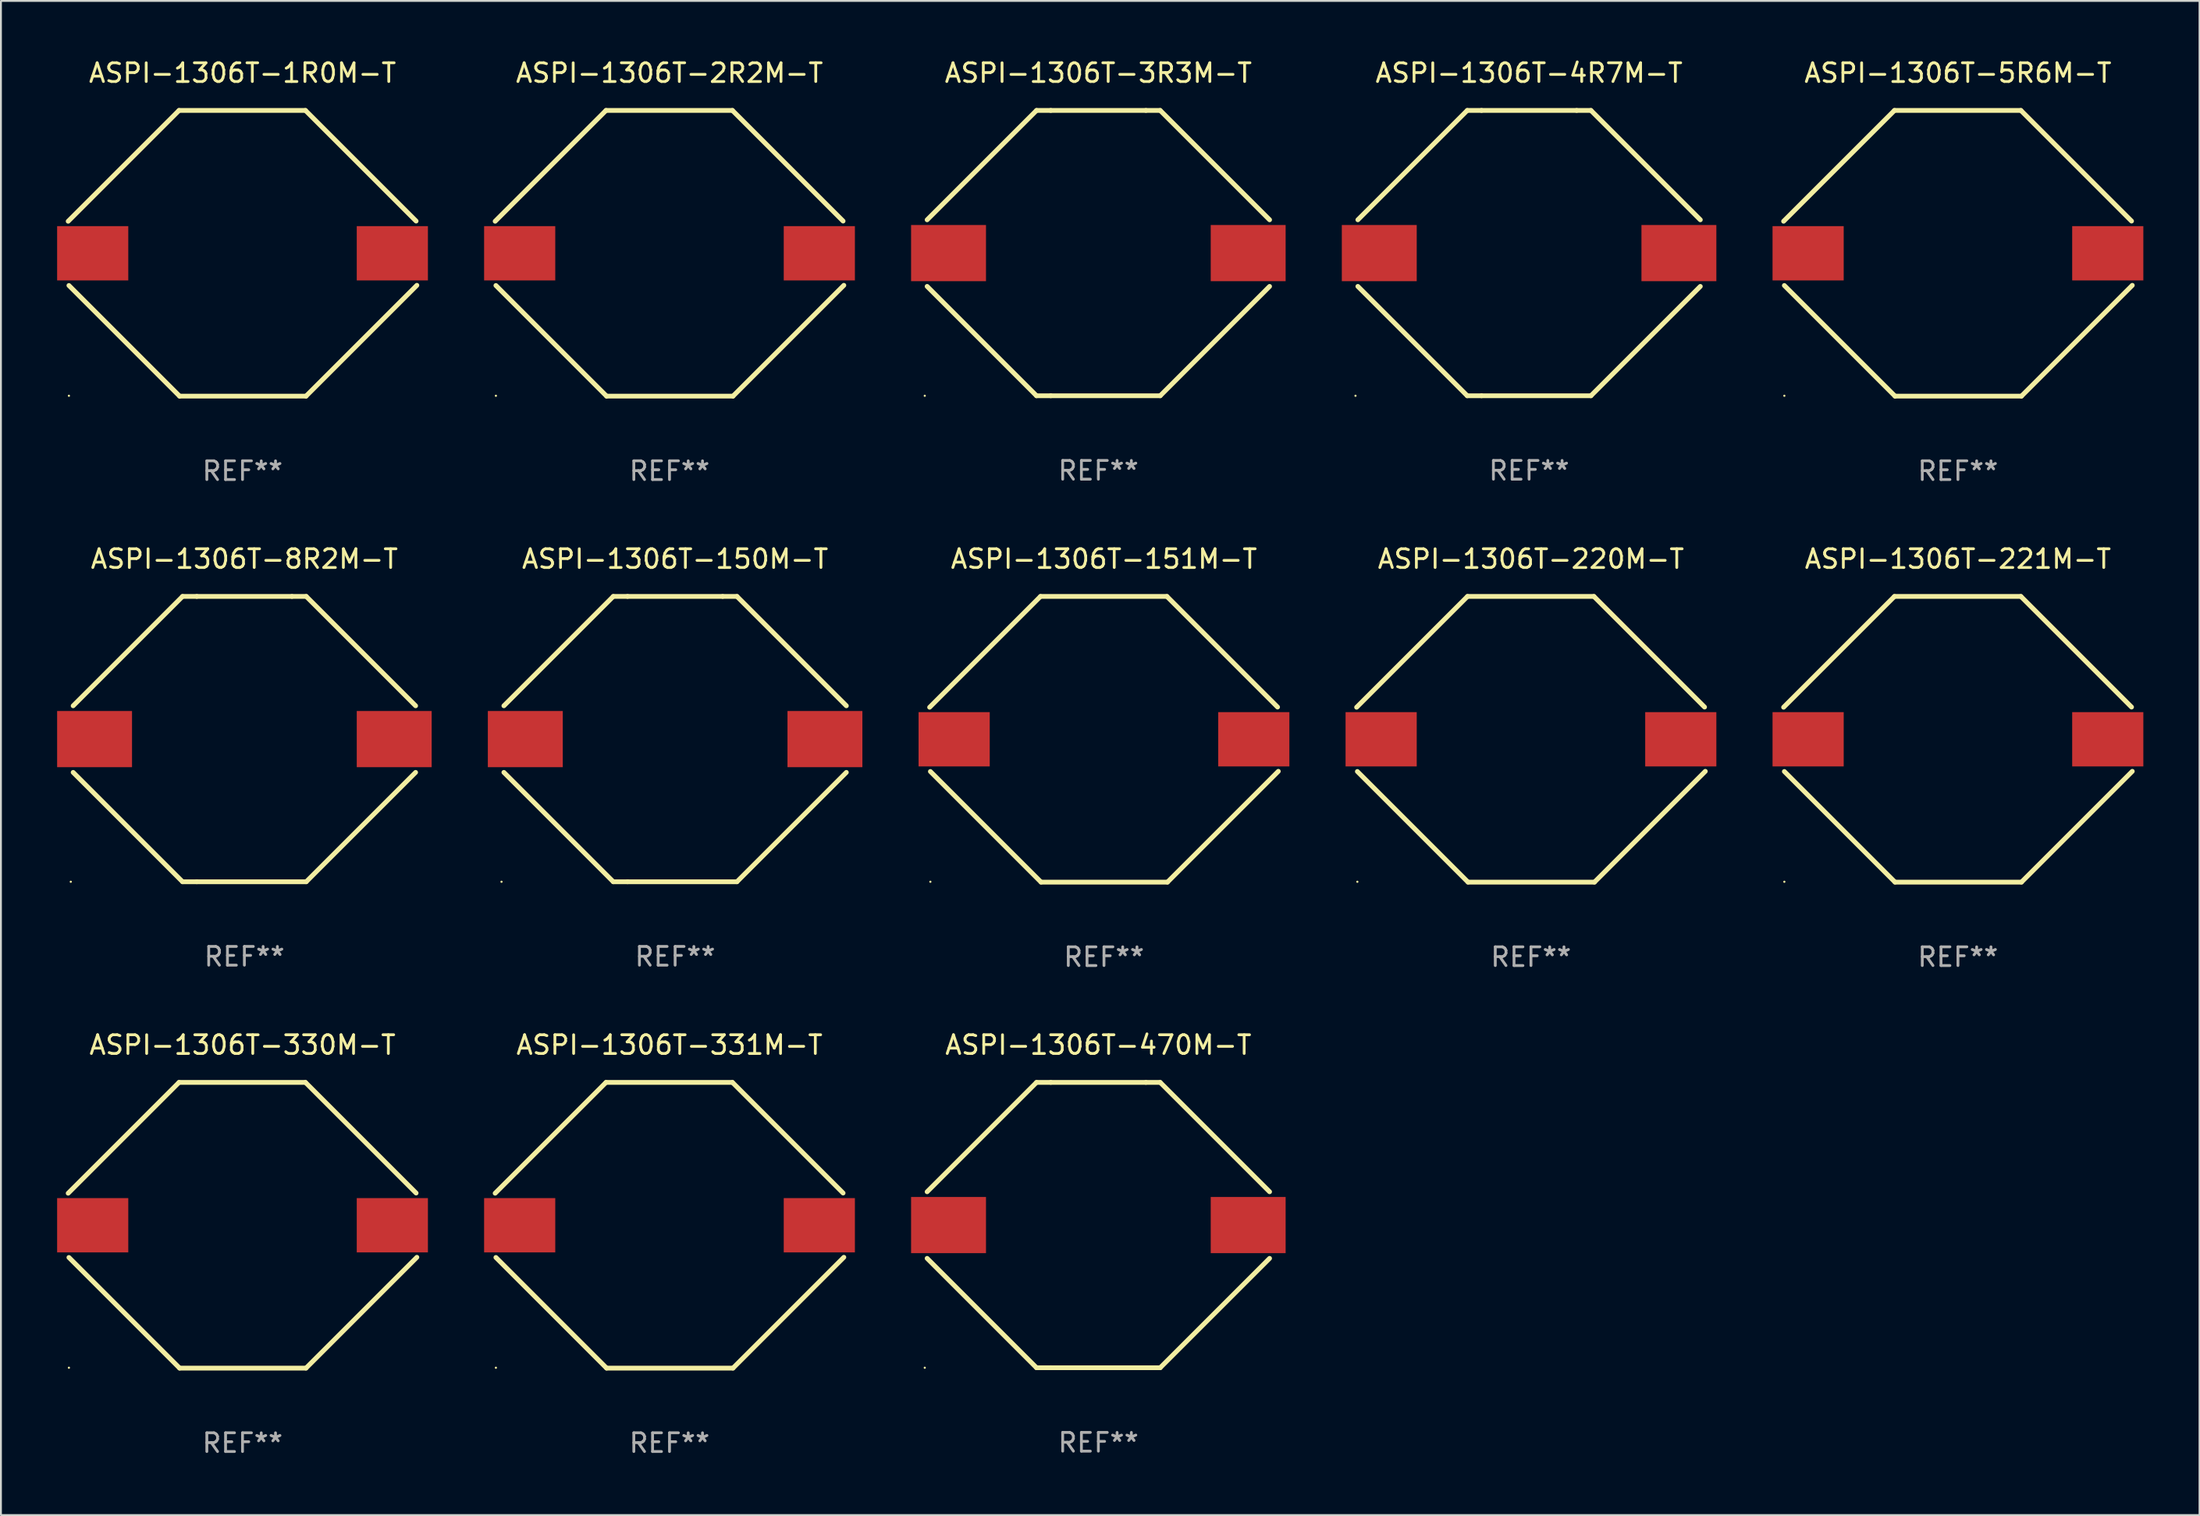
<source format=kicad_pcb>
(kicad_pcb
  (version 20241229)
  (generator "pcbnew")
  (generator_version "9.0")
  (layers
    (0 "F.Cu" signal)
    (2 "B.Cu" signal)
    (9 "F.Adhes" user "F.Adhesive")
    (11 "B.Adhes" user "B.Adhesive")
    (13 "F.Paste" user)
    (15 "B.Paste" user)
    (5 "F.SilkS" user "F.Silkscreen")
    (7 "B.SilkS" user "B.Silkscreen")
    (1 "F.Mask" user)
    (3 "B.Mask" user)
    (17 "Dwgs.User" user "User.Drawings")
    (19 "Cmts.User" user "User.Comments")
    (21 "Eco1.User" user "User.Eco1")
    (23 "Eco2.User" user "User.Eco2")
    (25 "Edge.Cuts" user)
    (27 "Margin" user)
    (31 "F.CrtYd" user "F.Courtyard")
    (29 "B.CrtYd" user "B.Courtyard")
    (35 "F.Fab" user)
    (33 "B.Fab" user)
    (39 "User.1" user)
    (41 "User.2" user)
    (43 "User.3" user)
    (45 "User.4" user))
  (footprint "ASPI-1306T-1R0M-T"
    (layer "F.Cu")
    (at 9.9 10.478)
    (property "Reference" "ASPI-1306T-1R0M-T" (at 0 -9.63 0) (layer "F.SilkS") (effects (font (size 1 1) (thickness 0.15))))
    (attr through_hole)
    (fp_line (start -9.27 1.72) (end -3.36 7.63) (stroke (width 0.254) (type solid)) (layer "F.SilkS"))
    (fp_line (start -3.39 -7.63) (end -9.31 -1.71) (stroke (width 0.254) (type solid)) (layer "F.SilkS"))
    (fp_line (start -3.36 7.63) (end 3.39 7.63) (stroke (width 0.254) (type solid)) (layer "F.SilkS"))
    (fp_line (start 3.36 -7.63) (end -3.39 -7.63) (stroke (width 0.254) (type solid)) (layer "F.SilkS"))
    (fp_line (start 3.39 7.63) (end 9.31 1.71) (stroke (width 0.254) (type solid)) (layer "F.SilkS"))
    (fp_line (start 9.27 -1.72) (end 3.36 -7.63) (stroke (width 0.254) (type solid)) (layer "F.SilkS"))
    (fp_circle (center -9.27 7.61) (end -9.24 7.61) (stroke (width 0.06) (type solid)) (fill no) (layer "F.SilkS"))
    (fp_text user "REF**" (at 0 11.63 0) (layer "F.Fab") (effects (font (size 1 1) (thickness 0.15))))
    (pad "1" smd rect (at -8 0.000025 180) (size 3.8 2.9) (layers "F.Cu" "F.Mask" "F.Paste"))
    (pad "2" smd rect (at 8 0.000025 180) (size 3.8 2.9) (layers "F.Cu" "F.Mask" "F.Paste")))
  (footprint "ASPI-1306T-2R2M-T"
    (layer "F.Cu")
    (at 32.7 10.478)
    (property "Reference" "ASPI-1306T-2R2M-T" (at 0 -9.63 0) (layer "F.SilkS") (effects (font (size 1 1) (thickness 0.15))))
    (attr through_hole)
    (fp_line (start -9.27 1.72) (end -3.36 7.63) (stroke (width 0.254) (type solid)) (layer "F.SilkS"))
    (fp_line (start -3.39 -7.63) (end -9.31 -1.71) (stroke (width 0.254) (type solid)) (layer "F.SilkS"))
    (fp_line (start -3.36 7.63) (end 3.39 7.63) (stroke (width 0.254) (type solid)) (layer "F.SilkS"))
    (fp_line (start 3.36 -7.63) (end -3.39 -7.63) (stroke (width 0.254) (type solid)) (layer "F.SilkS"))
    (fp_line (start 3.39 7.63) (end 9.31 1.71) (stroke (width 0.254) (type solid)) (layer "F.SilkS"))
    (fp_line (start 9.27 -1.72) (end 3.36 -7.63) (stroke (width 0.254) (type solid)) (layer "F.SilkS"))
    (fp_circle (center -9.27 7.61) (end -9.24 7.61) (stroke (width 0.06) (type solid)) (fill no) (layer "F.SilkS"))
    (fp_text user "REF**" (at 0 11.63 0) (layer "F.Fab") (effects (font (size 1 1) (thickness 0.15))))
    (pad "1" smd rect (at -8 0.000025 180) (size 3.8 2.9) (layers "F.Cu" "F.Mask" "F.Paste"))
    (pad "2" smd rect (at 8 0.000025 180) (size 3.8 2.9) (layers "F.Cu" "F.Mask" "F.Paste")))
  (footprint "ASPI-1306T-221M-T"
    (layer "F.Cu")
    (at 101.5 36.435)
    (property "Reference" "ASPI-1306T-221M-T" (at 0 -9.63 0) (layer "F.SilkS") (effects (font (size 1 1) (thickness 0.15))))
    (attr through_hole)
    (fp_line (start -9.27 1.72) (end -3.36 7.63) (stroke (width 0.254) (type solid)) (layer "F.SilkS"))
    (fp_line (start -3.39 -7.63) (end -9.31 -1.71) (stroke (width 0.254) (type solid)) (layer "F.SilkS"))
    (fp_line (start -3.36 7.63) (end 3.39 7.63) (stroke (width 0.254) (type solid)) (layer "F.SilkS"))
    (fp_line (start 3.36 -7.63) (end -3.39 -7.63) (stroke (width 0.254) (type solid)) (layer "F.SilkS"))
    (fp_line (start 3.39 7.63) (end 9.31 1.71) (stroke (width 0.254) (type solid)) (layer "F.SilkS"))
    (fp_line (start 9.27 -1.72) (end 3.36 -7.63) (stroke (width 0.254) (type solid)) (layer "F.SilkS"))
    (fp_circle (center -9.27 7.61) (end -9.24 7.61) (stroke (width 0.06) (type solid)) (fill no) (layer "F.SilkS"))
    (fp_text user "REF**" (at 0 11.63 0) (layer "F.Fab") (effects (font (size 1 1) (thickness 0.15))))
    (pad "1" smd rect (at -8 0.000025 180) (size 3.8 2.9) (layers "F.Cu" "F.Mask" "F.Paste"))
    (pad "2" smd rect (at 8 0.000025 180) (size 3.8 2.9) (layers "F.Cu" "F.Mask" "F.Paste")))
  (footprint "ASPI-1306T-331M-T"
    (layer "F.Cu")
    (at 32.7 62.391)
    (property "Reference" "ASPI-1306T-331M-T" (at 0 -9.63 0) (layer "F.SilkS") (effects (font (size 1 1) (thickness 0.15))))
    (attr through_hole)
    (fp_line (start -9.27 1.72) (end -3.36 7.63) (stroke (width 0.254) (type solid)) (layer "F.SilkS"))
    (fp_line (start -3.39 -7.63) (end -9.31 -1.71) (stroke (width 0.254) (type solid)) (layer "F.SilkS"))
    (fp_line (start -3.36 7.63) (end 3.39 7.63) (stroke (width 0.254) (type solid)) (layer "F.SilkS"))
    (fp_line (start 3.36 -7.63) (end -3.39 -7.63) (stroke (width 0.254) (type solid)) (layer "F.SilkS"))
    (fp_line (start 3.39 7.63) (end 9.31 1.71) (stroke (width 0.254) (type solid)) (layer "F.SilkS"))
    (fp_line (start 9.27 -1.72) (end 3.36 -7.63) (stroke (width 0.254) (type solid)) (layer "F.SilkS"))
    (fp_circle (center -9.27 7.61) (end -9.24 7.61) (stroke (width 0.06) (type solid)) (fill no) (layer "F.SilkS"))
    (fp_text user "REF**" (at 0 11.63 0) (layer "F.Fab") (effects (font (size 1 1) (thickness 0.15))))
    (pad "1" smd rect (at -8 0.000025 180) (size 3.8 2.9) (layers "F.Cu" "F.Mask" "F.Paste"))
    (pad "2" smd rect (at 8 0.000025 180) (size 3.8 2.9) (layers "F.Cu" "F.Mask" "F.Paste")))
  (footprint "ASPI-1306T-151M-T"
    (layer "F.Cu")
    (at 55.9 36.435)
    (property "Reference" "ASPI-1306T-151M-T" (at 0 -9.63 0) (layer "F.SilkS") (effects (font (size 1 1) (thickness 0.15))))
    (attr through_hole)
    (fp_line (start -9.27 1.72) (end -3.36 7.63) (stroke (width 0.254) (type solid)) (layer "F.SilkS"))
    (fp_line (start -3.39 -7.63) (end -9.31 -1.71) (stroke (width 0.254) (type solid)) (layer "F.SilkS"))
    (fp_line (start -3.36 7.63) (end 3.39 7.63) (stroke (width 0.254) (type solid)) (layer "F.SilkS"))
    (fp_line (start 3.36 -7.63) (end -3.39 -7.63) (stroke (width 0.254) (type solid)) (layer "F.SilkS"))
    (fp_line (start 3.39 7.63) (end 9.31 1.71) (stroke (width 0.254) (type solid)) (layer "F.SilkS"))
    (fp_line (start 9.27 -1.72) (end 3.36 -7.63) (stroke (width 0.254) (type solid)) (layer "F.SilkS"))
    (fp_circle (center -9.27 7.61) (end -9.24 7.61) (stroke (width 0.06) (type solid)) (fill no) (layer "F.SilkS"))
    (fp_text user "REF**" (at 0 11.63 0) (layer "F.Fab") (effects (font (size 1 1) (thickness 0.15))))
    (pad "1" smd rect (at -8 0.000025 180) (size 3.8 2.9) (layers "F.Cu" "F.Mask" "F.Paste"))
    (pad "2" smd rect (at 8 0.000025 180) (size 3.8 2.9) (layers "F.Cu" "F.Mask" "F.Paste")))
  (footprint "ASPI-1306T-470M-T"
    (layer "F.Cu")
    (at 55.6 62.381)
    (property "Reference" "ASPI-1306T-470M-T" (at 0 -9.62 0) (layer "F.SilkS") (effects (font (size 1 1) (thickness 0.15))))
    (attr through_hole)
    (fp_line (start -3.302 -7.62) (end -9.144 -1.778) (stroke (width 0.254) (type solid)) (layer "F.SilkS"))
    (fp_line (start -3.302 7.62) (end -9.144 1.778) (stroke (width 0.254) (type solid)) (layer "F.SilkS"))
    (fp_line (start -2.541 -7.62) (end 2.539 -7.62) (stroke (width 0.254) (type solid)) (layer "F.SilkS"))
    (fp_line (start -2.541 7.62) (end 3.301 7.62) (stroke (width 0.254) (type solid)) (layer "F.SilkS"))
    (fp_line (start -2.54 -7.62) (end -3.302 -7.62) (stroke (width 0.254) (type solid)) (layer "F.SilkS"))
    (fp_line (start -2.54 7.62) (end -3.302 7.62) (stroke (width 0.254) (type solid)) (layer "F.SilkS"))
    (fp_line (start 2.54 -7.62) (end 3.302 -7.62) (stroke (width 0.254) (type solid)) (layer "F.SilkS"))
    (fp_line (start 3.301 7.62) (end 9.143 1.778) (stroke (width 0.254) (type solid)) (layer "F.SilkS"))
    (fp_line (start 3.302 -7.62) (end 9.144 -1.778) (stroke (width 0.254) (type solid)) (layer "F.SilkS"))
    (fp_circle (center -9.27 7.62) (end -9.24 7.62) (stroke (width 0.06) (type solid)) (fill no) (layer "F.SilkS"))
    (fp_text user "REF**" (at 0 11.62 0) (layer "F.Fab") (effects (font (size 1 1) (thickness 0.15))))
    (pad "1" smd rect (at -8 0) (size 4 3) (layers "F.Cu" "F.Mask" "F.Paste"))
    (pad "2" smd rect (at 8 0) (size 4 3) (layers "F.Cu" "F.Mask" "F.Paste")))
  (footprint "ASPI-1306T-8R2M-T"
    (layer "F.Cu")
    (at 10 36.425)
    (property "Reference" "ASPI-1306T-8R2M-T" (at 0 -9.62 0) (layer "F.SilkS") (effects (font (size 1 1) (thickness 0.15))))
    (attr through_hole)
    (fp_line (start -3.302 -7.62) (end -9.144 -1.778) (stroke (width 0.254) (type solid)) (layer "F.SilkS"))
    (fp_line (start -3.302 7.62) (end -9.144 1.778) (stroke (width 0.254) (type solid)) (layer "F.SilkS"))
    (fp_line (start -2.541 -7.62) (end 2.539 -7.62) (stroke (width 0.254) (type solid)) (layer "F.SilkS"))
    (fp_line (start -2.541 7.62) (end 3.301 7.62) (stroke (width 0.254) (type solid)) (layer "F.SilkS"))
    (fp_line (start -2.54 -7.62) (end -3.302 -7.62) (stroke (width 0.254) (type solid)) (layer "F.SilkS"))
    (fp_line (start -2.54 7.62) (end -3.302 7.62) (stroke (width 0.254) (type solid)) (layer "F.SilkS"))
    (fp_line (start 2.54 -7.62) (end 3.302 -7.62) (stroke (width 0.254) (type solid)) (layer "F.SilkS"))
    (fp_line (start 3.301 7.62) (end 9.143 1.778) (stroke (width 0.254) (type solid)) (layer "F.SilkS"))
    (fp_line (start 3.302 -7.62) (end 9.144 -1.778) (stroke (width 0.254) (type solid)) (layer "F.SilkS"))
    (fp_circle (center -9.27 7.62) (end -9.24 7.62) (stroke (width 0.06) (type solid)) (fill no) (layer "F.SilkS"))
    (fp_text user "REF**" (at 0 11.62 0) (layer "F.Fab") (effects (font (size 1 1) (thickness 0.15))))
    (pad "1" smd rect (at -8 0) (size 4 3) (layers "F.Cu" "F.Mask" "F.Paste"))
    (pad "2" smd rect (at 8 0) (size 4 3) (layers "F.Cu" "F.Mask" "F.Paste")))
  (footprint "ASPI-1306T-5R6M-T"
    (layer "F.Cu")
    (at 101.5 10.478)
    (property "Reference" "ASPI-1306T-5R6M-T" (at 0 -9.63 0) (layer "F.SilkS") (effects (font (size 1 1) (thickness 0.15))))
    (attr through_hole)
    (fp_line (start -9.27 1.72) (end -3.36 7.63) (stroke (width 0.254) (type solid)) (layer "F.SilkS"))
    (fp_line (start -3.39 -7.63) (end -9.31 -1.71) (stroke (width 0.254) (type solid)) (layer "F.SilkS"))
    (fp_line (start -3.36 7.63) (end 3.39 7.63) (stroke (width 0.254) (type solid)) (layer "F.SilkS"))
    (fp_line (start 3.36 -7.63) (end -3.39 -7.63) (stroke (width 0.254) (type solid)) (layer "F.SilkS"))
    (fp_line (start 3.39 7.63) (end 9.31 1.71) (stroke (width 0.254) (type solid)) (layer "F.SilkS"))
    (fp_line (start 9.27 -1.72) (end 3.36 -7.63) (stroke (width 0.254) (type solid)) (layer "F.SilkS"))
    (fp_circle (center -9.27 7.61) (end -9.24 7.61) (stroke (width 0.06) (type solid)) (fill no) (layer "F.SilkS"))
    (fp_text user "REF**" (at 0 11.63 0) (layer "F.Fab") (effects (font (size 1 1) (thickness 0.15))))
    (pad "1" smd rect (at -8 0.000025 180) (size 3.8 2.9) (layers "F.Cu" "F.Mask" "F.Paste"))
    (pad "2" smd rect (at 8 0.000025 180) (size 3.8 2.9) (layers "F.Cu" "F.Mask" "F.Paste")))
  (footprint "ASPI-1306T-330M-T"
    (layer "F.Cu")
    (at 9.9 62.391)
    (property "Reference" "ASPI-1306T-330M-T" (at 0 -9.63 0) (layer "F.SilkS") (effects (font (size 1 1) (thickness 0.15))))
    (attr through_hole)
    (fp_line (start -9.27 1.72) (end -3.36 7.63) (stroke (width 0.254) (type solid)) (layer "F.SilkS"))
    (fp_line (start -3.39 -7.63) (end -9.31 -1.71) (stroke (width 0.254) (type solid)) (layer "F.SilkS"))
    (fp_line (start -3.36 7.63) (end 3.39 7.63) (stroke (width 0.254) (type solid)) (layer "F.SilkS"))
    (fp_line (start 3.36 -7.63) (end -3.39 -7.63) (stroke (width 0.254) (type solid)) (layer "F.SilkS"))
    (fp_line (start 3.39 7.63) (end 9.31 1.71) (stroke (width 0.254) (type solid)) (layer "F.SilkS"))
    (fp_line (start 9.27 -1.72) (end 3.36 -7.63) (stroke (width 0.254) (type solid)) (layer "F.SilkS"))
    (fp_circle (center -9.27 7.61) (end -9.24 7.61) (stroke (width 0.06) (type solid)) (fill no) (layer "F.SilkS"))
    (fp_text user "REF**" (at 0 11.63 0) (layer "F.Fab") (effects (font (size 1 1) (thickness 0.15))))
    (pad "1" smd rect (at -8 0.000025 180) (size 3.8 2.9) (layers "F.Cu" "F.Mask" "F.Paste"))
    (pad "2" smd rect (at 8 0.000025 180) (size 3.8 2.9) (layers "F.Cu" "F.Mask" "F.Paste")))
  (footprint "ASPI-1306T-150M-T"
    (layer "F.Cu")
    (at 33 36.425)
    (property "Reference" "ASPI-1306T-150M-T" (at 0 -9.62 0) (layer "F.SilkS") (effects (font (size 1 1) (thickness 0.15))))
    (attr through_hole)
    (fp_line (start -3.302 -7.62) (end -9.144 -1.778) (stroke (width 0.254) (type solid)) (layer "F.SilkS"))
    (fp_line (start -3.302 7.62) (end -9.144 1.778) (stroke (width 0.254) (type solid)) (layer "F.SilkS"))
    (fp_line (start -2.541 -7.62) (end 2.539 -7.62) (stroke (width 0.254) (type solid)) (layer "F.SilkS"))
    (fp_line (start -2.541 7.62) (end 3.301 7.62) (stroke (width 0.254) (type solid)) (layer "F.SilkS"))
    (fp_line (start -2.54 -7.62) (end -3.302 -7.62) (stroke (width 0.254) (type solid)) (layer "F.SilkS"))
    (fp_line (start -2.54 7.62) (end -3.302 7.62) (stroke (width 0.254) (type solid)) (layer "F.SilkS"))
    (fp_line (start 2.54 -7.62) (end 3.302 -7.62) (stroke (width 0.254) (type solid)) (layer "F.SilkS"))
    (fp_line (start 3.301 7.62) (end 9.143 1.778) (stroke (width 0.254) (type solid)) (layer "F.SilkS"))
    (fp_line (start 3.302 -7.62) (end 9.144 -1.778) (stroke (width 0.254) (type solid)) (layer "F.SilkS"))
    (fp_circle (center -9.27 7.62) (end -9.24 7.62) (stroke (width 0.06) (type solid)) (fill no) (layer "F.SilkS"))
    (fp_text user "REF**" (at 0 11.62 0) (layer "F.Fab") (effects (font (size 1 1) (thickness 0.15))))
    (pad "1" smd rect (at -8 0) (size 4 3) (layers "F.Cu" "F.Mask" "F.Paste"))
    (pad "2" smd rect (at 8 0) (size 4 3) (layers "F.Cu" "F.Mask" "F.Paste")))
  (footprint "ASPI-1306T-3R3M-T"
    (layer "F.Cu")
    (at 55.6 10.468)
    (property "Reference" "ASPI-1306T-3R3M-T" (at 0 -9.62 0) (layer "F.SilkS") (effects (font (size 1 1) (thickness 0.15))))
    (attr through_hole)
    (fp_line (start -3.302 -7.62) (end -9.144 -1.778) (stroke (width 0.254) (type solid)) (layer "F.SilkS"))
    (fp_line (start -3.302 7.62) (end -9.144 1.778) (stroke (width 0.254) (type solid)) (layer "F.SilkS"))
    (fp_line (start -2.541 -7.62) (end 2.539 -7.62) (stroke (width 0.254) (type solid)) (layer "F.SilkS"))
    (fp_line (start -2.541 7.62) (end 3.301 7.62) (stroke (width 0.254) (type solid)) (layer "F.SilkS"))
    (fp_line (start -2.54 -7.62) (end -3.302 -7.62) (stroke (width 0.254) (type solid)) (layer "F.SilkS"))
    (fp_line (start -2.54 7.62) (end -3.302 7.62) (stroke (width 0.254) (type solid)) (layer "F.SilkS"))
    (fp_line (start 2.54 -7.62) (end 3.302 -7.62) (stroke (width 0.254) (type solid)) (layer "F.SilkS"))
    (fp_line (start 3.301 7.62) (end 9.143 1.778) (stroke (width 0.254) (type solid)) (layer "F.SilkS"))
    (fp_line (start 3.302 -7.62) (end 9.144 -1.778) (stroke (width 0.254) (type solid)) (layer "F.SilkS"))
    (fp_circle (center -9.27 7.62) (end -9.24 7.62) (stroke (width 0.06) (type solid)) (fill no) (layer "F.SilkS"))
    (fp_text user "REF**" (at 0 11.62 0) (layer "F.Fab") (effects (font (size 1 1) (thickness 0.15))))
    (pad "1" smd rect (at -8 0) (size 4 3) (layers "F.Cu" "F.Mask" "F.Paste"))
    (pad "2" smd rect (at 8 0) (size 4 3) (layers "F.Cu" "F.Mask" "F.Paste")))
  (footprint "ASPI-1306T-220M-T"
    (layer "F.Cu")
    (at 78.7 36.435)
    (property "Reference" "ASPI-1306T-220M-T" (at 0 -9.63 0) (layer "F.SilkS") (effects (font (size 1 1) (thickness 0.15))))
    (attr through_hole)
    (fp_line (start -9.27 1.72) (end -3.36 7.63) (stroke (width 0.254) (type solid)) (layer "F.SilkS"))
    (fp_line (start -3.39 -7.63) (end -9.31 -1.71) (stroke (width 0.254) (type solid)) (layer "F.SilkS"))
    (fp_line (start -3.36 7.63) (end 3.39 7.63) (stroke (width 0.254) (type solid)) (layer "F.SilkS"))
    (fp_line (start 3.36 -7.63) (end -3.39 -7.63) (stroke (width 0.254) (type solid)) (layer "F.SilkS"))
    (fp_line (start 3.39 7.63) (end 9.31 1.71) (stroke (width 0.254) (type solid)) (layer "F.SilkS"))
    (fp_line (start 9.27 -1.72) (end 3.36 -7.63) (stroke (width 0.254) (type solid)) (layer "F.SilkS"))
    (fp_circle (center -9.27 7.61) (end -9.24 7.61) (stroke (width 0.06) (type solid)) (fill no) (layer "F.SilkS"))
    (fp_text user "REF**" (at 0 11.63 0) (layer "F.Fab") (effects (font (size 1 1) (thickness 0.15))))
    (pad "1" smd rect (at -8 0.000025 180) (size 3.8 2.9) (layers "F.Cu" "F.Mask" "F.Paste"))
    (pad "2" smd rect (at 8 0.000025 180) (size 3.8 2.9) (layers "F.Cu" "F.Mask" "F.Paste")))
  (footprint "ASPI-1306T-4R7M-T"
    (layer "F.Cu")
    (at 78.6 10.468)
    (property "Reference" "ASPI-1306T-4R7M-T" (at 0 -9.62 0) (layer "F.SilkS") (effects (font (size 1 1) (thickness 0.15))))
    (attr through_hole)
    (fp_line (start -3.302 -7.62) (end -9.144 -1.778) (stroke (width 0.254) (type solid)) (layer "F.SilkS"))
    (fp_line (start -3.302 7.62) (end -9.144 1.778) (stroke (width 0.254) (type solid)) (layer "F.SilkS"))
    (fp_line (start -2.541 -7.62) (end 2.539 -7.62) (stroke (width 0.254) (type solid)) (layer "F.SilkS"))
    (fp_line (start -2.541 7.62) (end 3.301 7.62) (stroke (width 0.254) (type solid)) (layer "F.SilkS"))
    (fp_line (start -2.54 -7.62) (end -3.302 -7.62) (stroke (width 0.254) (type solid)) (layer "F.SilkS"))
    (fp_line (start -2.54 7.62) (end -3.302 7.62) (stroke (width 0.254) (type solid)) (layer "F.SilkS"))
    (fp_line (start 2.54 -7.62) (end 3.302 -7.62) (stroke (width 0.254) (type solid)) (layer "F.SilkS"))
    (fp_line (start 3.301 7.62) (end 9.143 1.778) (stroke (width 0.254) (type solid)) (layer "F.SilkS"))
    (fp_line (start 3.302 -7.62) (end 9.144 -1.778) (stroke (width 0.254) (type solid)) (layer "F.SilkS"))
    (fp_circle (center -9.27 7.62) (end -9.24 7.62) (stroke (width 0.06) (type solid)) (fill no) (layer "F.SilkS"))
    (fp_text user "REF**" (at 0 11.62 0) (layer "F.Fab") (effects (font (size 1 1) (thickness 0.15))))
    (pad "1" smd rect (at -8 0) (size 4 3) (layers "F.Cu" "F.Mask" "F.Paste"))
    (pad "2" smd rect (at 8 0) (size 4 3) (layers "F.Cu" "F.Mask" "F.Paste")))
  (gr_rect
    (start -3 -3)
    (end 114.4 77.87)
    (stroke (width 0.1) (type default))
    (fill no)
    (layer "Edge.Cuts")))
</source>
